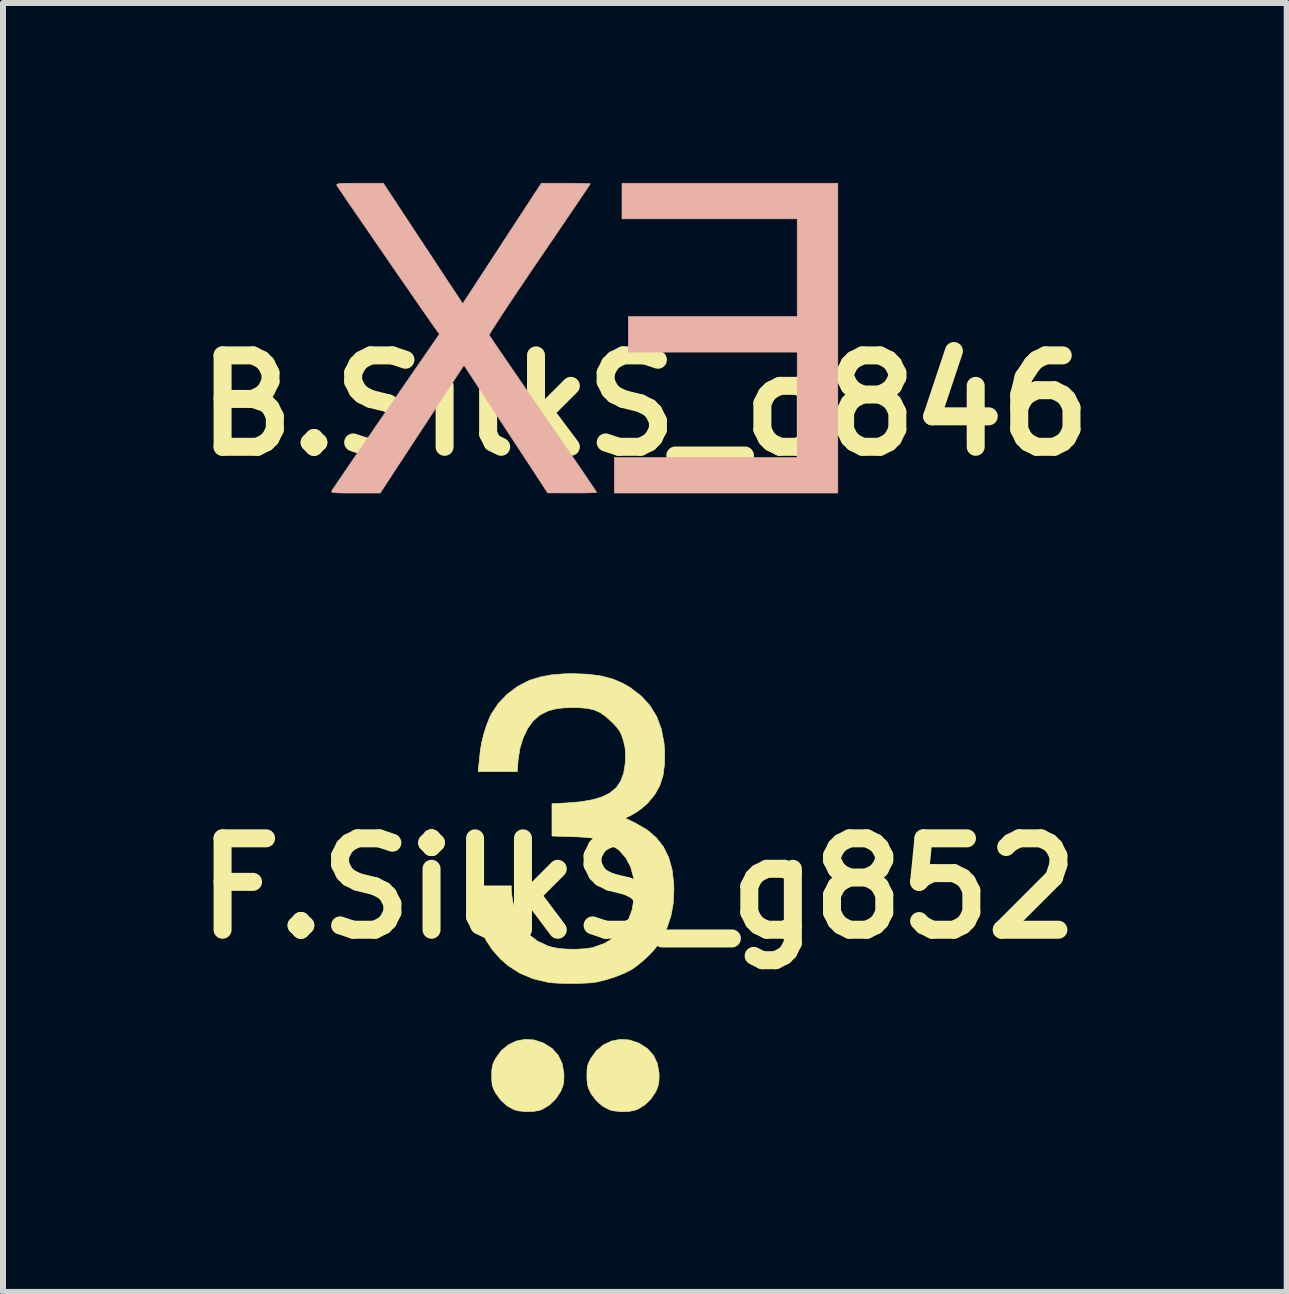
<source format=kicad_pcb>
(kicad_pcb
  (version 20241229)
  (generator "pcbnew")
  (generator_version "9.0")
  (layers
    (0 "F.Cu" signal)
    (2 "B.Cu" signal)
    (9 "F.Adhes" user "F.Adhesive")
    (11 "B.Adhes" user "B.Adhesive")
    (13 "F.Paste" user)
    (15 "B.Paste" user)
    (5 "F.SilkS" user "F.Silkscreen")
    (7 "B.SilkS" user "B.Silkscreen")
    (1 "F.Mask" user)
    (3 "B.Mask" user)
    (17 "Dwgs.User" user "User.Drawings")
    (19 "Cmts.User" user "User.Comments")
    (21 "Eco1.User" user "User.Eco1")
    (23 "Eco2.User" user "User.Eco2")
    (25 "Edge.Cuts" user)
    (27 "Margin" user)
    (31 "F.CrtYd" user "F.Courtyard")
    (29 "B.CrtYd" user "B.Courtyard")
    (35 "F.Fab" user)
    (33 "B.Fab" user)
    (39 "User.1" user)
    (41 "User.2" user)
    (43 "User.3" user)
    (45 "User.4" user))
  (footprint "B.SilkS_g846"
    (layer "F.Cu")
    (at 7.7 3.709)
    (property "Reference" "B.SilkS_g846" (at 0 0 0) (layer "F.SilkS") (effects (font (size 1.524 1.524) (thickness 0.3))))
    (attr through_hole)
    (fp_poly (pts (xy 3.217 1.46) (xy -0.508 1.46) (xy -0.508 0.868) (xy 2.54 0.868) (xy 2.54 -0.889) (xy -0.275 -0.889) (xy -0.275 -1.482) (xy 2.54 -1.482) (xy 2.54 -3.111) (xy -0.381 -3.111) (xy -0.381 -3.704) (xy 3.217 -3.704) (xy 3.217 1.46)) (stroke (width 0.01) (type solid)) (fill yes) (layer "B.SilkS"))
    (fp_poly (pts (xy -3.882 -2.979) (xy -3.77 -2.809) (xy -3.657 -2.638) (xy -3.548 -2.473) (xy -3.447 -2.319) (xy -3.357 -2.182) (xy -3.282 -2.068) (xy -3.226 -1.983) (xy -3.22 -1.975) (xy -3.036 -1.696) (xy -2.381 -2.7) (xy -1.725 -3.704) (xy -1.318 -3.704) (xy -1.192 -3.704) (xy -1.081 -3.702) (xy -0.993 -3.7) (xy -0.934 -3.698) (xy -0.91 -3.695) (xy -0.91 -3.695) (xy -0.922 -3.676) (xy -0.955 -3.626) (xy -1.009 -3.545) (xy -1.081 -3.439) (xy -1.169 -3.308) (xy -1.272 -3.157) (xy -1.387 -2.988) (xy -1.512 -2.803) (xy -1.647 -2.606) (xy -1.758 -2.443) (xy -1.898 -2.237) (xy -2.03 -2.041) (xy -2.153 -1.858) (xy -2.265 -1.691) (xy -2.363 -1.542) (xy -2.447 -1.414) (xy -2.514 -1.31) (xy -2.562 -1.234) (xy -2.589 -1.187) (xy -2.595 -1.173) (xy -2.582 -1.152) (xy -2.546 -1.098) (xy -2.49 -1.015) (xy -2.416 -0.906) (xy -2.325 -0.774) (xy -2.22 -0.62) (xy -2.102 -0.448) (xy -1.974 -0.261) (xy -1.836 -0.061) (xy -1.695 0.144) (xy -1.551 0.353) (xy -1.414 0.552) (xy -1.286 0.738) (xy -1.169 0.908) (xy -1.065 1.06) (xy -0.976 1.191) (xy -0.904 1.298) (xy -0.85 1.378) (xy -0.816 1.429) (xy -0.804 1.448) (xy -0.824 1.452) (xy -0.88 1.455) (xy -0.966 1.457) (xy -1.074 1.459) (xy -1.199 1.459) (xy -1.212 1.459) (xy -1.619 1.458) (xy -2.317 0.393) (xy -3.015 -0.672) (xy -3.281 -0.267) (xy -3.358 -0.15) (xy -3.453 -0.004) (xy -3.561 0.161) (xy -3.677 0.338) (xy -3.796 0.519) (xy -3.912 0.697) (xy -3.979 0.799) (xy -4.412 1.46) (xy -4.822 1.46) (xy -4.965 1.46) (xy -5.07 1.459) (xy -5.143 1.456) (xy -5.189 1.452) (xy -5.214 1.445) (xy -5.222 1.435) (xy -5.22 1.429) (xy -5.207 1.406) (xy -5.171 1.352) (xy -5.115 1.269) (xy -5.04 1.159) (xy -4.949 1.025) (xy -4.843 0.871) (xy -4.725 0.698) (xy -4.596 0.511) (xy -4.459 0.31) (xy -4.316 0.104) (xy -3.424 -1.189) (xy -3.465 -1.245) (xy -3.498 -1.292) (xy -3.551 -1.366) (xy -3.62 -1.466) (xy -3.705 -1.588) (xy -3.802 -1.728) (xy -3.909 -1.883) (xy -4.024 -2.049) (xy -4.144 -2.222) (xy -4.267 -2.401) (xy -4.39 -2.58) (xy -4.512 -2.757) (xy -4.629 -2.928) (xy -4.74 -3.089) (xy -4.842 -3.238) (xy -4.933 -3.37) (xy -5.009 -3.482) (xy -5.07 -3.572) (xy -5.112 -3.634) (xy -5.133 -3.667) (xy -5.135 -3.67) (xy -5.136 -3.682) (xy -5.124 -3.691) (xy -5.095 -3.697) (xy -5.043 -3.701) (xy -4.963 -3.703) (xy -4.849 -3.704) (xy -4.753 -3.704) (xy -4.359 -3.704) (xy -3.882 -2.979)) (stroke (width 0.01) (type solid)) (fill yes) (layer "B.SilkS")))
  (footprint "F.SilkS_g852"
    (layer "F.Cu")
    (at 7.591 11.76)
    (property "Reference" "F.SilkS_g852" (at 0 0 0) (layer "F.SilkS") (effects (font (size 1.524 1.524) (thickness 0.3))))
    (attr through_hole)
    (fp_poly (pts (xy -1.738 2.526) (xy -1.587 2.576) (xy -1.57 2.584) (xy -1.435 2.671) (xy -1.336 2.782) (xy -1.271 2.916) (xy -1.242 3.073) (xy -1.24 3.125) (xy -1.243 3.217) (xy -1.256 3.289) (xy -1.284 3.361) (xy -1.303 3.399) (xy -1.38 3.513) (xy -1.481 3.61) (xy -1.595 3.68) (xy -1.65 3.701) (xy -1.752 3.719) (xy -1.872 3.722) (xy -1.99 3.71) (xy -2.066 3.691) (xy -2.183 3.629) (xy -2.289 3.534) (xy -2.377 3.414) (xy -2.382 3.405) (xy -2.415 3.34) (xy -2.434 3.283) (xy -2.442 3.217) (xy -2.444 3.126) (xy -2.444 3.122) (xy -2.442 3.029) (xy -2.432 2.961) (xy -2.413 2.902) (xy -2.381 2.839) (xy -2.287 2.708) (xy -2.17 2.61) (xy -2.036 2.545) (xy -1.89 2.517) (xy -1.738 2.526)) (stroke (width 0.01) (type solid)) (fill yes) (layer "F.SilkS"))
    (fp_poly (pts (xy -0.149 2.527) (xy 0.002 2.576) (xy 0.017 2.584) (xy 0.152 2.671) (xy 0.252 2.782) (xy 0.316 2.916) (xy 0.345 3.073) (xy 0.347 3.125) (xy 0.344 3.217) (xy 0.331 3.289) (xy 0.304 3.361) (xy 0.285 3.399) (xy 0.208 3.513) (xy 0.107 3.61) (xy -0.008 3.68) (xy -0.063 3.701) (xy -0.164 3.719) (xy -0.285 3.722) (xy -0.402 3.71) (xy -0.479 3.691) (xy -0.59 3.633) (xy -0.694 3.544) (xy -0.779 3.435) (xy -0.799 3.4) (xy -0.83 3.334) (xy -0.848 3.271) (xy -0.855 3.196) (xy -0.857 3.122) (xy -0.855 3.03) (xy -0.847 2.963) (xy -0.828 2.906) (xy -0.795 2.841) (xy -0.794 2.839) (xy -0.7 2.708) (xy -0.582 2.609) (xy -0.447 2.545) (xy -0.301 2.517) (xy -0.149 2.527)) (stroke (width 0.01) (type solid)) (fill yes) (layer "F.SilkS"))
    (fp_poly (pts (xy -0.833 -3.57) (xy -0.618 -3.541) (xy -0.428 -3.491) (xy -0.255 -3.417) (xy -0.134 -3.347) (xy 0.048 -3.207) (xy 0.194 -3.047) (xy 0.306 -2.865) (xy 0.383 -2.659) (xy 0.428 -2.428) (xy 0.439 -2.286) (xy 0.437 -2.068) (xy 0.411 -1.879) (xy 0.358 -1.714) (xy 0.276 -1.567) (xy 0.164 -1.431) (xy 0.15 -1.416) (xy 0.072 -1.347) (xy -0.015 -1.282) (xy -0.094 -1.234) (xy -0.094 -1.233) (xy -0.218 -1.171) (xy -0.04 -1.084) (xy 0.147 -0.975) (xy 0.299 -0.846) (xy 0.419 -0.693) (xy 0.506 -0.517) (xy 0.563 -0.313) (xy 0.59 -0.081) (xy 0.593 0.032) (xy 0.581 0.256) (xy 0.544 0.459) (xy 0.479 0.654) (xy 0.43 0.761) (xy 0.372 0.872) (xy 0.314 0.961) (xy 0.244 1.045) (xy 0.171 1.121) (xy 0.089 1.197) (xy 0.002 1.27) (xy -0.077 1.329) (xy -0.111 1.352) (xy -0.234 1.414) (xy -0.381 1.473) (xy -0.538 1.523) (xy -0.685 1.559) (xy -0.72 1.565) (xy -0.806 1.575) (xy -0.922 1.581) (xy -1.055 1.584) (xy -1.192 1.584) (xy -1.322 1.581) (xy -1.433 1.574) (xy -1.506 1.566) (xy -1.753 1.506) (xy -1.972 1.415) (xy -2.167 1.29) (xy -2.298 1.176) (xy -2.435 1.021) (xy -2.54 0.86) (xy -2.622 0.675) (xy -2.634 0.641) (xy -2.673 0.512) (xy -2.71 0.357) (xy -2.741 0.193) (xy -2.76 0.058) (xy -2.772 -0.042) (xy -2.117 -0.042) (xy -2.117 0.03) (xy -2.112 0.089) (xy -2.101 0.17) (xy -2.086 0.25) (xy -2.026 0.455) (xy -1.939 0.628) (xy -1.824 0.769) (xy -1.681 0.879) (xy -1.509 0.959) (xy -1.425 0.984) (xy -1.317 1.003) (xy -1.183 1.013) (xy -1.039 1.015) (xy -0.901 1.007) (xy -0.782 0.991) (xy -0.752 0.984) (xy -0.56 0.915) (xy -0.399 0.817) (xy -0.268 0.691) (xy -0.17 0.537) (xy -0.103 0.355) (xy -0.068 0.148) (xy -0.064 0.025) (xy -0.08 -0.182) (xy -0.129 -0.362) (xy -0.212 -0.515) (xy -0.326 -0.642) (xy -0.474 -0.741) (xy -0.632 -0.807) (xy -0.703 -0.826) (xy -0.783 -0.841) (xy -0.88 -0.851) (xy -1.004 -0.859) (xy -1.106 -0.862) (xy -1.439 -0.873) (xy -1.439 -1.412) (xy -1.201 -1.424) (xy -0.963 -1.444) (xy -0.763 -1.478) (xy -0.598 -1.528) (xy -0.467 -1.595) (xy -0.365 -1.682) (xy -0.292 -1.791) (xy -0.244 -1.922) (xy -0.219 -2.079) (xy -0.216 -2.131) (xy -0.213 -2.243) (xy -0.219 -2.332) (xy -0.236 -2.417) (xy -0.253 -2.479) (xy -0.28 -2.558) (xy -0.309 -2.619) (xy -0.35 -2.676) (xy -0.41 -2.742) (xy -0.441 -2.773) (xy -0.541 -2.865) (xy -0.636 -2.931) (xy -0.735 -2.975) (xy -0.85 -3.001) (xy -0.991 -3.013) (xy -1.079 -3.015) (xy -1.247 -3.01) (xy -1.384 -2.992) (xy -1.5 -2.96) (xy -1.606 -2.909) (xy -1.655 -2.879) (xy -1.757 -2.788) (xy -1.846 -2.663) (xy -1.919 -2.511) (xy -1.972 -2.34) (xy -2.002 -2.155) (xy -2.005 -2.126) (xy -2.017 -1.947) (xy -2.67 -1.947) (xy -2.658 -2.064) (xy -2.648 -2.157) (xy -2.638 -2.259) (xy -2.633 -2.302) (xy -2.611 -2.432) (xy -2.574 -2.581) (xy -2.526 -2.729) (xy -2.473 -2.861) (xy -2.449 -2.908) (xy -2.335 -3.081) (xy -2.187 -3.236) (xy -2.016 -3.365) (xy -1.829 -3.462) (xy -1.802 -3.473) (xy -1.632 -3.525) (xy -1.446 -3.56) (xy -1.235 -3.577) (xy -1.079 -3.58) (xy -0.833 -3.57)) (stroke (width 0.01) (type solid)) (fill yes) (layer "F.SilkS")))
  (gr_rect
    (start -3 -3)
    (end 18.4 18.487)
    (stroke (width 0.1) (type default))
    (fill no)
    (layer "Edge.Cuts")))
</source>
